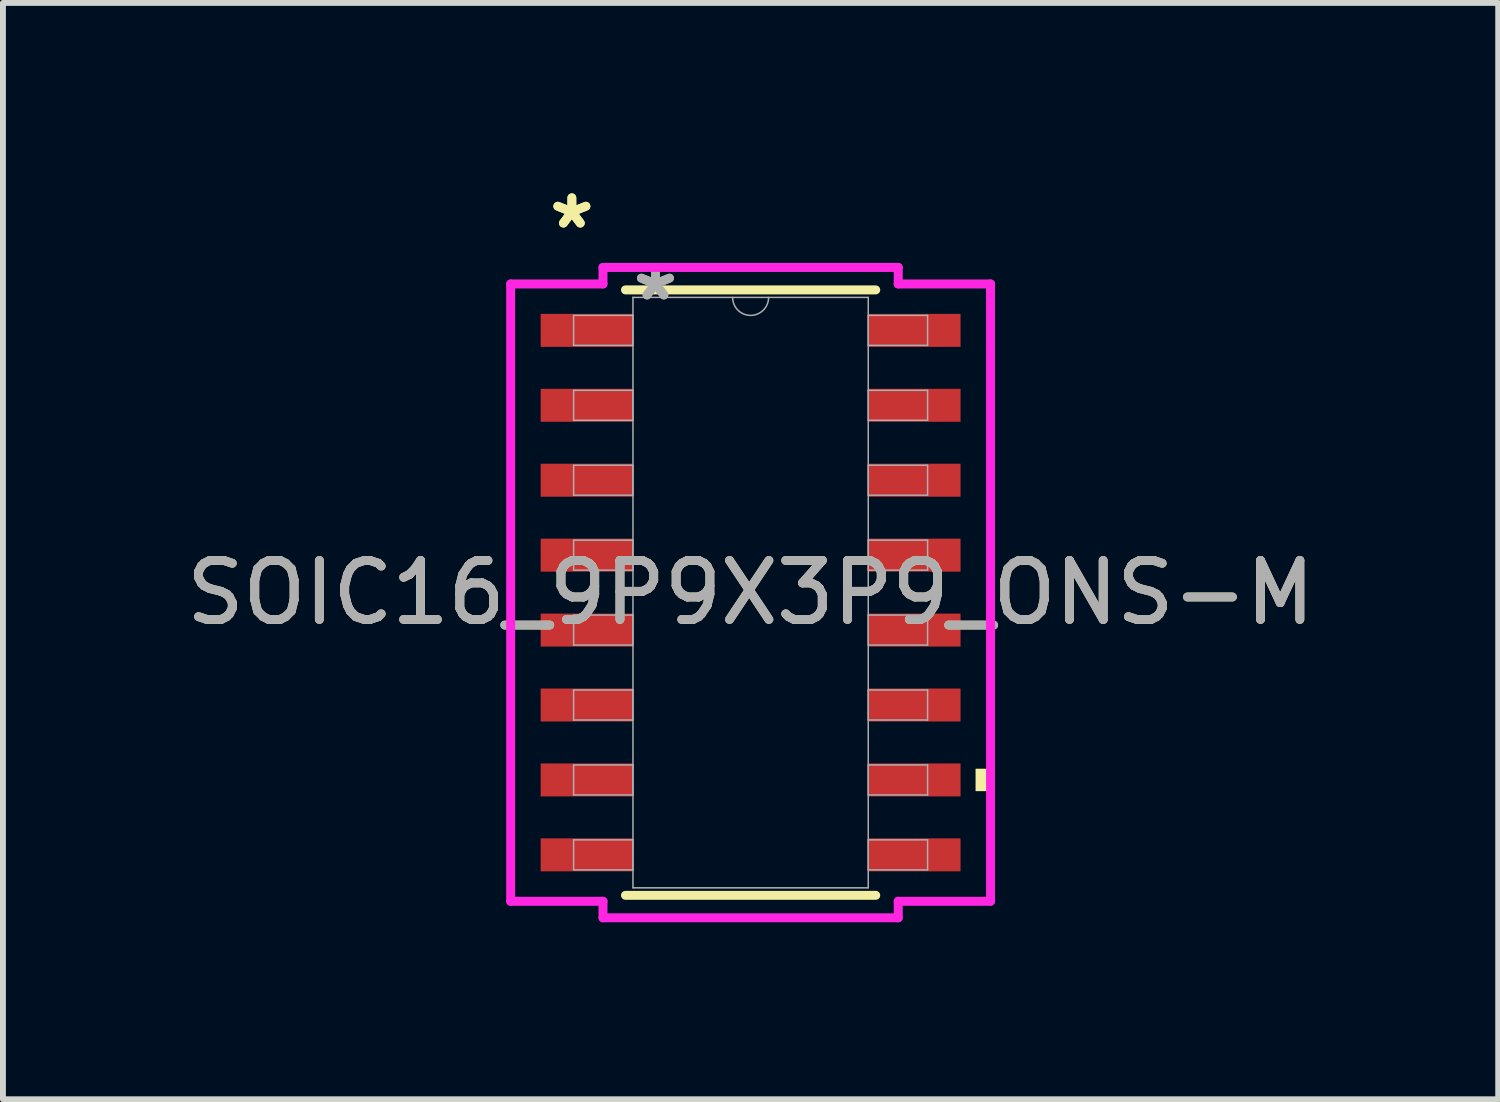
<source format=kicad_pcb>
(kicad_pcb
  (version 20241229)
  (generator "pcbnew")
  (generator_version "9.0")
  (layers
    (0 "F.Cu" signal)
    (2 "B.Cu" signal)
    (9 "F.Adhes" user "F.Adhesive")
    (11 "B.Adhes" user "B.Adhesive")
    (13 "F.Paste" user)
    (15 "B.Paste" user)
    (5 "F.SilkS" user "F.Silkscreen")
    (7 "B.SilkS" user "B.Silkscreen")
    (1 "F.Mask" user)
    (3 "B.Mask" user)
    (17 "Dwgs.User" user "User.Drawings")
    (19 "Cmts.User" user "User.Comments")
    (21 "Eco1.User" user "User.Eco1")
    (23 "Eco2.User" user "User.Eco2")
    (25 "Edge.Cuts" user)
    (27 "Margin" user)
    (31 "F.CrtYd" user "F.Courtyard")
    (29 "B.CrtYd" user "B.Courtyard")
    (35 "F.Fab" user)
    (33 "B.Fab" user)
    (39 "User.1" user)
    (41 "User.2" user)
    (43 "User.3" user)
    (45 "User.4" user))
  (footprint "SOIC16_9P9X3P9_ONS-M"
    (layer "F.Cu")
    (at 9.673 6.995)
    (property "Reference" "SOIC16_9P9X3P9_ONS-M" (at 0 0 0) (unlocked yes) (layer "F.SilkS") (effects (font (size 1 1) (thickness 0.15))))
    (attr smd)
    (fp_line (start -2.121 5.131) (end 2.121 5.131) (stroke (width 0.152) (type solid)) (layer "F.SilkS"))
    (fp_line (start 2.121 -5.131) (end -2.121 -5.131) (stroke (width 0.152) (type solid)) (layer "F.SilkS"))
    (fp_poly (pts (xy 4.067 2.985) (xy 4.067 3.365) (xy 3.813 3.365) (xy 3.813 2.985)) (stroke (width 0) (type solid)) (fill yes) (layer "F.SilkS"))
    (fp_line (start -4.067 -5.232) (end -2.502 -5.232) (stroke (width 0.152) (type solid)) (layer "F.CrtYd"))
    (fp_line (start -4.067 5.232) (end -4.067 -5.232) (stroke (width 0.152) (type solid)) (layer "F.CrtYd"))
    (fp_line (start -4.067 5.232) (end -2.502 5.232) (stroke (width 0.152) (type solid)) (layer "F.CrtYd"))
    (fp_line (start -2.502 -5.512) (end 2.502 -5.512) (stroke (width 0.152) (type solid)) (layer "F.CrtYd"))
    (fp_line (start -2.502 -5.232) (end -2.502 -5.512) (stroke (width 0.152) (type solid)) (layer "F.CrtYd"))
    (fp_line (start -2.502 5.512) (end -2.502 5.232) (stroke (width 0.152) (type solid)) (layer "F.CrtYd"))
    (fp_line (start 2.502 -5.512) (end 2.502 -5.232) (stroke (width 0.152) (type solid)) (layer "F.CrtYd"))
    (fp_line (start 2.502 5.232) (end 2.502 5.512) (stroke (width 0.152) (type solid)) (layer "F.CrtYd"))
    (fp_line (start 2.502 5.512) (end -2.502 5.512) (stroke (width 0.152) (type solid)) (layer "F.CrtYd"))
    (fp_line (start 4.067 -5.232) (end 2.502 -5.232) (stroke (width 0.152) (type solid)) (layer "F.CrtYd"))
    (fp_line (start 4.067 -5.232) (end 4.067 5.232) (stroke (width 0.152) (type solid)) (layer "F.CrtYd"))
    (fp_line (start 4.067 5.232) (end 2.502 5.232) (stroke (width 0.152) (type solid)) (layer "F.CrtYd"))
    (fp_line (start -3 -4.699) (end -3 -4.191) (stroke (width 0.025) (type solid)) (layer "F.Fab"))
    (fp_line (start -3 -4.191) (end -1.994 -4.191) (stroke (width 0.025) (type solid)) (layer "F.Fab"))
    (fp_line (start -3 -3.429) (end -3 -2.921) (stroke (width 0.025) (type solid)) (layer "F.Fab"))
    (fp_line (start -3 -2.921) (end -1.994 -2.921) (stroke (width 0.025) (type solid)) (layer "F.Fab"))
    (fp_line (start -3 -2.159) (end -3 -1.651) (stroke (width 0.025) (type solid)) (layer "F.Fab"))
    (fp_line (start -3 -1.651) (end -1.994 -1.651) (stroke (width 0.025) (type solid)) (layer "F.Fab"))
    (fp_line (start -3 -0.889) (end -3 -0.381) (stroke (width 0.025) (type solid)) (layer "F.Fab"))
    (fp_line (start -3 -0.381) (end -1.994 -0.381) (stroke (width 0.025) (type solid)) (layer "F.Fab"))
    (fp_line (start -3 0.381) (end -3 0.889) (stroke (width 0.025) (type solid)) (layer "F.Fab"))
    (fp_line (start -3 0.889) (end -1.994 0.889) (stroke (width 0.025) (type solid)) (layer "F.Fab"))
    (fp_line (start -3 1.651) (end -3 2.159) (stroke (width 0.025) (type solid)) (layer "F.Fab"))
    (fp_line (start -3 2.159) (end -1.994 2.159) (stroke (width 0.025) (type solid)) (layer "F.Fab"))
    (fp_line (start -3 2.921) (end -3 3.429) (stroke (width 0.025) (type solid)) (layer "F.Fab"))
    (fp_line (start -3 3.429) (end -1.994 3.429) (stroke (width 0.025) (type solid)) (layer "F.Fab"))
    (fp_line (start -3 4.191) (end -3 4.699) (stroke (width 0.025) (type solid)) (layer "F.Fab"))
    (fp_line (start -3 4.699) (end -1.994 4.699) (stroke (width 0.025) (type solid)) (layer "F.Fab"))
    (fp_line (start -1.994 -5.004) (end -1.994 5.004) (stroke (width 0.025) (type solid)) (layer "F.Fab"))
    (fp_line (start -1.994 -4.699) (end -3 -4.699) (stroke (width 0.025) (type solid)) (layer "F.Fab"))
    (fp_line (start -1.994 -4.191) (end -1.994 -4.699) (stroke (width 0.025) (type solid)) (layer "F.Fab"))
    (fp_line (start -1.994 -3.429) (end -3 -3.429) (stroke (width 0.025) (type solid)) (layer "F.Fab"))
    (fp_line (start -1.994 -2.921) (end -1.994 -3.429) (stroke (width 0.025) (type solid)) (layer "F.Fab"))
    (fp_line (start -1.994 -2.159) (end -3 -2.159) (stroke (width 0.025) (type solid)) (layer "F.Fab"))
    (fp_line (start -1.994 -1.651) (end -1.994 -2.159) (stroke (width 0.025) (type solid)) (layer "F.Fab"))
    (fp_line (start -1.994 -0.889) (end -3 -0.889) (stroke (width 0.025) (type solid)) (layer "F.Fab"))
    (fp_line (start -1.994 -0.381) (end -1.994 -0.889) (stroke (width 0.025) (type solid)) (layer "F.Fab"))
    (fp_line (start -1.994 0.381) (end -3 0.381) (stroke (width 0.025) (type solid)) (layer "F.Fab"))
    (fp_line (start -1.994 0.889) (end -1.994 0.381) (stroke (width 0.025) (type solid)) (layer "F.Fab"))
    (fp_line (start -1.994 1.651) (end -3 1.651) (stroke (width 0.025) (type solid)) (layer "F.Fab"))
    (fp_line (start -1.994 2.159) (end -1.994 1.651) (stroke (width 0.025) (type solid)) (layer "F.Fab"))
    (fp_line (start -1.994 2.921) (end -3 2.921) (stroke (width 0.025) (type solid)) (layer "F.Fab"))
    (fp_line (start -1.994 3.429) (end -1.994 2.921) (stroke (width 0.025) (type solid)) (layer "F.Fab"))
    (fp_line (start -1.994 4.191) (end -3 4.191) (stroke (width 0.025) (type solid)) (layer "F.Fab"))
    (fp_line (start -1.994 4.699) (end -1.994 4.191) (stroke (width 0.025) (type solid)) (layer "F.Fab"))
    (fp_line (start -1.994 5.004) (end 1.994 5.004) (stroke (width 0.025) (type solid)) (layer "F.Fab"))
    (fp_line (start 1.994 -5.004) (end -1.994 -5.004) (stroke (width 0.025) (type solid)) (layer "F.Fab"))
    (fp_line (start 1.994 -4.699) (end 1.994 -4.191) (stroke (width 0.025) (type solid)) (layer "F.Fab"))
    (fp_line (start 1.994 -4.191) (end 3 -4.191) (stroke (width 0.025) (type solid)) (layer "F.Fab"))
    (fp_line (start 1.994 -3.429) (end 1.994 -2.921) (stroke (width 0.025) (type solid)) (layer "F.Fab"))
    (fp_line (start 1.994 -2.921) (end 3 -2.921) (stroke (width 0.025) (type solid)) (layer "F.Fab"))
    (fp_line (start 1.994 -2.159) (end 1.994 -1.651) (stroke (width 0.025) (type solid)) (layer "F.Fab"))
    (fp_line (start 1.994 -1.651) (end 3 -1.651) (stroke (width 0.025) (type solid)) (layer "F.Fab"))
    (fp_line (start 1.994 -0.889) (end 1.994 -0.381) (stroke (width 0.025) (type solid)) (layer "F.Fab"))
    (fp_line (start 1.994 -0.381) (end 3 -0.381) (stroke (width 0.025) (type solid)) (layer "F.Fab"))
    (fp_line (start 1.994 0.381) (end 1.994 0.889) (stroke (width 0.025) (type solid)) (layer "F.Fab"))
    (fp_line (start 1.994 0.889) (end 3 0.889) (stroke (width 0.025) (type solid)) (layer "F.Fab"))
    (fp_line (start 1.994 1.651) (end 1.994 2.159) (stroke (width 0.025) (type solid)) (layer "F.Fab"))
    (fp_line (start 1.994 2.159) (end 3 2.159) (stroke (width 0.025) (type solid)) (layer "F.Fab"))
    (fp_line (start 1.994 2.921) (end 1.994 3.429) (stroke (width 0.025) (type solid)) (layer "F.Fab"))
    (fp_line (start 1.994 3.429) (end 3 3.429) (stroke (width 0.025) (type solid)) (layer "F.Fab"))
    (fp_line (start 1.994 4.191) (end 1.994 4.699) (stroke (width 0.025) (type solid)) (layer "F.Fab"))
    (fp_line (start 1.994 4.699) (end 3 4.699) (stroke (width 0.025) (type solid)) (layer "F.Fab"))
    (fp_line (start 1.994 5.004) (end 1.994 -5.004) (stroke (width 0.025) (type solid)) (layer "F.Fab"))
    (fp_line (start 3 -4.699) (end 1.994 -4.699) (stroke (width 0.025) (type solid)) (layer "F.Fab"))
    (fp_line (start 3 -4.191) (end 3 -4.699) (stroke (width 0.025) (type solid)) (layer "F.Fab"))
    (fp_line (start 3 -3.429) (end 1.994 -3.429) (stroke (width 0.025) (type solid)) (layer "F.Fab"))
    (fp_line (start 3 -2.921) (end 3 -3.429) (stroke (width 0.025) (type solid)) (layer "F.Fab"))
    (fp_line (start 3 -2.159) (end 1.994 -2.159) (stroke (width 0.025) (type solid)) (layer "F.Fab"))
    (fp_line (start 3 -1.651) (end 3 -2.159) (stroke (width 0.025) (type solid)) (layer "F.Fab"))
    (fp_line (start 3 -0.889) (end 1.994 -0.889) (stroke (width 0.025) (type solid)) (layer "F.Fab"))
    (fp_line (start 3 -0.381) (end 3 -0.889) (stroke (width 0.025) (type solid)) (layer "F.Fab"))
    (fp_line (start 3 0.381) (end 1.994 0.381) (stroke (width 0.025) (type solid)) (layer "F.Fab"))
    (fp_line (start 3 0.889) (end 3 0.381) (stroke (width 0.025) (type solid)) (layer "F.Fab"))
    (fp_line (start 3 1.651) (end 1.994 1.651) (stroke (width 0.025) (type solid)) (layer "F.Fab"))
    (fp_line (start 3 2.159) (end 3 1.651) (stroke (width 0.025) (type solid)) (layer "F.Fab"))
    (fp_line (start 3 2.921) (end 1.994 2.921) (stroke (width 0.025) (type solid)) (layer "F.Fab"))
    (fp_line (start 3 3.429) (end 3 2.921) (stroke (width 0.025) (type solid)) (layer "F.Fab"))
    (fp_line (start 3 4.191) (end 1.994 4.191) (stroke (width 0.025) (type solid)) (layer "F.Fab"))
    (fp_line (start 3 4.699) (end 3 4.191) (stroke (width 0.025) (type solid)) (layer "F.Fab"))
    (fp_arc (start 0.3048 -5.0038) (mid 0 -4.699) (end -0.3048 -5.0038) (stroke (width 0.0254) (type solid)) (layer "F.Fab"))
    (fp_text user "*" (at -3.03 -6.147 0) (layer "F.SilkS") (effects (font (size 1 1) (thickness 0.15))))
    (fp_text user "*" (at -3.03 -6.147 0) (unlocked yes) (layer "F.SilkS") (effects (font (size 1 1) (thickness 0.15))))
    (fp_text user "*" (at -1.613 -4.928 0) (unlocked yes) (layer "F.Fab") (effects (font (size 1 1) (thickness 0.15))))
    (fp_text user "*" (at -1.613 -4.928 0) (layer "F.Fab") (effects (font (size 1 1) (thickness 0.15))))
    (fp_text user "${REFERENCE}" (at 0 0 0) (unlocked yes) (layer "F.Fab") (effects (font (size 1 1) (thickness 0.15))))
    (pad "1" smd rect (at -2.776 -4.445) (size 1.565 0.559) (layers "F.Cu" "F.Mask" "F.Paste"))
    (pad "2" smd rect (at -2.776 -3.175) (size 1.565 0.559) (layers "F.Cu" "F.Mask" "F.Paste"))
    (pad "3" smd rect (at -2.776 -1.905) (size 1.565 0.559) (layers "F.Cu" "F.Mask" "F.Paste"))
    (pad "4" smd rect (at -2.776 -0.635) (size 1.565 0.559) (layers "F.Cu" "F.Mask" "F.Paste"))
    (pad "5" smd rect (at -2.776 0.635) (size 1.565 0.559) (layers "F.Cu" "F.Mask" "F.Paste"))
    (pad "6" smd rect (at -2.776 1.905) (size 1.565 0.559) (layers "F.Cu" "F.Mask" "F.Paste"))
    (pad "7" smd rect (at -2.776 3.175) (size 1.565 0.559) (layers "F.Cu" "F.Mask" "F.Paste"))
    (pad "8" smd rect (at -2.776 4.445) (size 1.565 0.559) (layers "F.Cu" "F.Mask" "F.Paste"))
    (pad "9" smd rect (at 2.776 4.445) (size 1.565 0.559) (layers "F.Cu" "F.Mask" "F.Paste"))
    (pad "10" smd rect (at 2.776 3.175) (size 1.565 0.559) (layers "F.Cu" "F.Mask" "F.Paste"))
    (pad "11" smd rect (at 2.776 1.905) (size 1.565 0.559) (layers "F.Cu" "F.Mask" "F.Paste"))
    (pad "12" smd rect (at 2.776 0.635) (size 1.565 0.559) (layers "F.Cu" "F.Mask" "F.Paste"))
    (pad "13" smd rect (at 2.776 -0.635) (size 1.565 0.559) (layers "F.Cu" "F.Mask" "F.Paste"))
    (pad "14" smd rect (at 2.776 -1.905) (size 1.565 0.559) (layers "F.Cu" "F.Mask" "F.Paste"))
    (pad "15" smd rect (at 2.776 -3.175) (size 1.565 0.559) (layers "F.Cu" "F.Mask" "F.Paste"))
    (pad "16" smd rect (at 2.776 -4.445) (size 1.565 0.559) (layers "F.Cu" "F.Mask" "F.Paste")))
  (gr_rect
    (start -3 -3)
    (end 22.345 15.583)
    (stroke (width 0.1) (type default))
    (fill no)
    (layer "Edge.Cuts")))
</source>
